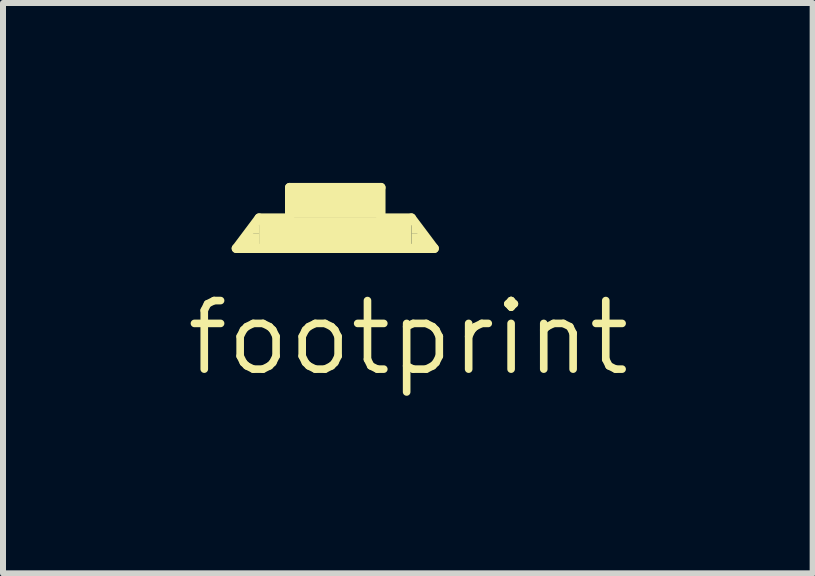
<source format=kicad_pcb>
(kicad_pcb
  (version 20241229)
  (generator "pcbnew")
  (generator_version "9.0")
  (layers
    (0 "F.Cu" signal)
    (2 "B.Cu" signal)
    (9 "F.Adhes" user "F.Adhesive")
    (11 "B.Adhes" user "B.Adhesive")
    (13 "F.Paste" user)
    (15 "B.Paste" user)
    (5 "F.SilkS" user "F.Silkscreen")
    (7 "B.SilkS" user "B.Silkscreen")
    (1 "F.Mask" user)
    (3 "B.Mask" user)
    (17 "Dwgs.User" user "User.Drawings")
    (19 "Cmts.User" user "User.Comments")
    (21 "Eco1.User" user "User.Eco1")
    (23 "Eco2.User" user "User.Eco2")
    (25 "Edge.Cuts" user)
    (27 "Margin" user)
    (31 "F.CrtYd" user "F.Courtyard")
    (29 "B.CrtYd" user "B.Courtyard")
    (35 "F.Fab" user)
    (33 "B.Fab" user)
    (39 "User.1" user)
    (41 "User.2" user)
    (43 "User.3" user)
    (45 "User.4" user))
  (footprint "footprint"
    (layer "F.Cu")
    (at 2.54 0.711)
    (property "Reference" "footprint" (at -2.54 2.54 0) (layer "F.SilkS") (effects (font (size 1.143 1.143) (thickness 0.127)) (justify left bottom)))
    (fp_line (start -1.651 0.381) (end -1.27 -0.127) (stroke (width 0.152) (type solid)) (layer "F.SilkS"))
    (fp_line (start -1.651 0.381) (end 1.651 0.381) (stroke (width 0.152) (type solid)) (layer "F.SilkS"))
    (fp_line (start -0.762 -0.635) (end -0.762 -0.127) (stroke (width 0.152) (type solid)) (layer "F.SilkS"))
    (fp_line (start -0.762 -0.127) (end -1.27 -0.127) (stroke (width 0.152) (type solid)) (layer "F.SilkS"))
    (fp_line (start 0.762 -0.635) (end -0.762 -0.635) (stroke (width 0.152) (type solid)) (layer "F.SilkS"))
    (fp_line (start 0.762 -0.635) (end 0.762 -0.127) (stroke (width 0.152) (type solid)) (layer "F.SilkS"))
    (fp_line (start 1.27 -0.127) (end 0.762 -0.127) (stroke (width 0.152) (type solid)) (layer "F.SilkS"))
    (fp_line (start 1.27 -0.127) (end 1.651 0.381) (stroke (width 0.152) (type solid)) (layer "F.SilkS"))
    (fp_poly (pts (xy -1.524 0.381) (xy -1.27 0.381) (xy -1.27 0.127) (xy -1.524 0.127)) (stroke (width 0) (type solid)) (fill yes) (layer "F.SilkS"))
    (fp_poly (pts (xy -1.397 0.127) (xy -1.27 0.127) (xy -1.27 0) (xy -1.397 0)) (stroke (width 0) (type solid)) (fill yes) (layer "F.SilkS"))
    (fp_poly (pts (xy -1.27 0.381) (xy 1.27 0.381) (xy 1.27 -0.127) (xy -1.27 -0.127)) (stroke (width 0) (type solid)) (fill yes) (layer "F.SilkS"))
    (fp_poly (pts (xy -0.762 -0.127) (xy 0.762 -0.127) (xy 0.762 -0.635) (xy -0.762 -0.635)) (stroke (width 0) (type solid)) (fill yes) (layer "F.SilkS"))
    (fp_poly (pts (xy 1.27 0.127) (xy 1.397 0.127) (xy 1.397 0) (xy 1.27 0)) (stroke (width 0) (type solid)) (fill yes) (layer "F.SilkS"))
    (fp_poly (pts (xy 1.27 0.381) (xy 1.524 0.381) (xy 1.524 0.127) (xy 1.27 0.127)) (stroke (width 0) (type solid)) (fill yes) (layer "F.SilkS")))
  (gr_rect
    (start -3 -3)
    (end 10.5 6.51)
    (stroke (width 0.1) (type default))
    (fill no)
    (layer "Edge.Cuts")))
</source>
